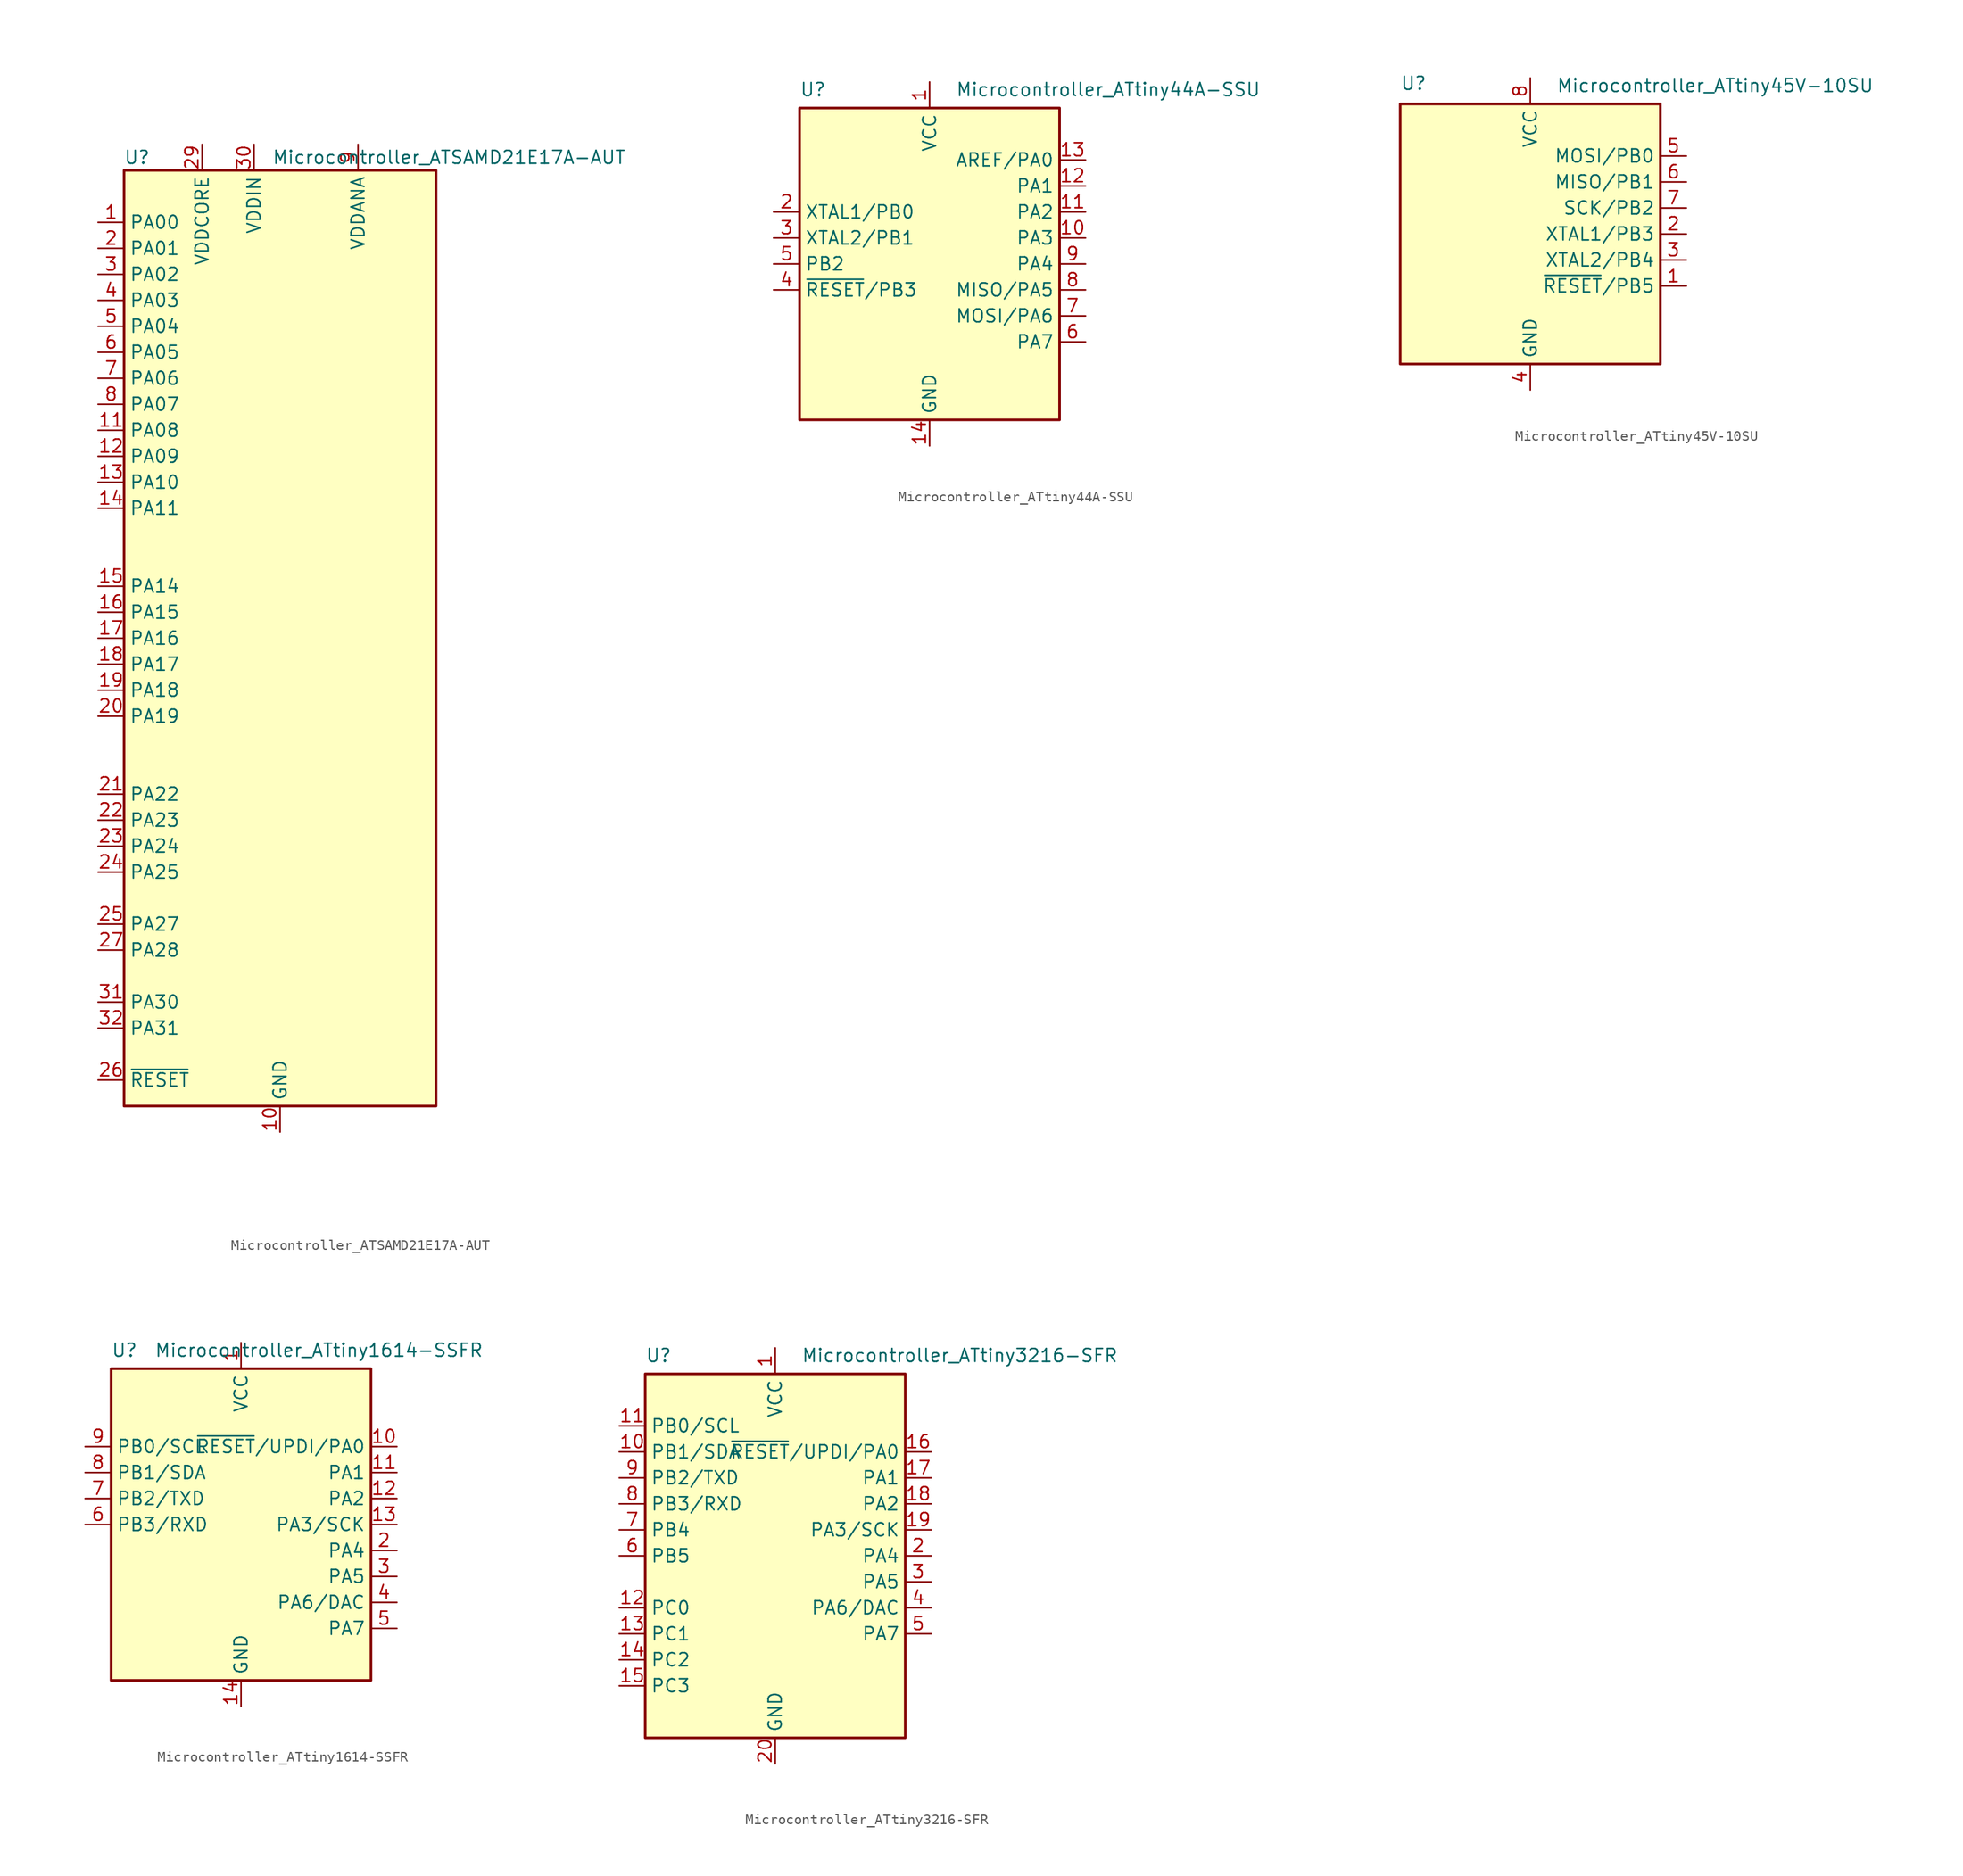
<source format=kicad_sym>
(kicad_symbol_lib
  (version 20211014)
  (generator kicad_symbol_editor)
  (symbol "Microcontroller_ATSAMD21E17A-AUT"
    (property "Reference" "U"
      (at -13.97 46.99 0)
      (effects (font (size 1.27 1.27))))
    (property "Value" "Microcontroller_ATSAMD21E17A-AUT"
      (at 16.51 46.99 0)
      (effects (font (size 1.27 1.27))))
    (symbol "Microcontroller_ATSAMD21E17A-AUT_1_1"
      (rectangle (start -15.24 45.72) (end 15.24 -45.72) (stroke (width 0.254) (type default) (color 0 0 0 0)) (fill (type background)))
      (pin bidirectional line (at -17.78 40.64 0) (length 2.54) (name "PA00" (effects (font (size 1.27 1.27)))) (number "1" (effects (font (size 1.27 1.27)))))
      (pin power_in line (at 0 -48.26 90) (length 2.54) (name "GND" (effects (font (size 1.27 1.27)))) (number "10" (effects (font (size 1.27 1.27)))))
      (pin bidirectional line (at -17.78 20.32 0) (length 2.54) (name "PA08" (effects (font (size 1.27 1.27)))) (number "11" (effects (font (size 1.27 1.27)))))
      (pin bidirectional line (at -17.78 17.78 0) (length 2.54) (name "PA09" (effects (font (size 1.27 1.27)))) (number "12" (effects (font (size 1.27 1.27)))))
      (pin bidirectional line (at -17.78 15.24 0) (length 2.54) (name "PA10" (effects (font (size 1.27 1.27)))) (number "13" (effects (font (size 1.27 1.27)))))
      (pin bidirectional line (at -17.78 12.7 0) (length 2.54) (name "PA11" (effects (font (size 1.27 1.27)))) (number "14" (effects (font (size 1.27 1.27)))))
      (pin bidirectional line (at -17.78 5.08 0) (length 2.54) (name "PA14" (effects (font (size 1.27 1.27)))) (number "15" (effects (font (size 1.27 1.27)))))
      (pin bidirectional line (at -17.78 2.54 0) (length 2.54) (name "PA15" (effects (font (size 1.27 1.27)))) (number "16" (effects (font (size 1.27 1.27)))))
      (pin bidirectional line (at -17.78 0 0) (length 2.54) (name "PA16" (effects (font (size 1.27 1.27)))) (number "17" (effects (font (size 1.27 1.27)))))
      (pin bidirectional line (at -17.78 -2.54 0) (length 2.54) (name "PA17" (effects (font (size 1.27 1.27)))) (number "18" (effects (font (size 1.27 1.27)))))
      (pin bidirectional line (at -17.78 -5.08 0) (length 2.54) (name "PA18" (effects (font (size 1.27 1.27)))) (number "19" (effects (font (size 1.27 1.27)))))
      (pin bidirectional line (at -17.78 38.1 0) (length 2.54) (name "PA01" (effects (font (size 1.27 1.27)))) (number "2" (effects (font (size 1.27 1.27)))))
      (pin bidirectional line (at -17.78 -7.62 0) (length 2.54) (name "PA19" (effects (font (size 1.27 1.27)))) (number "20" (effects (font (size 1.27 1.27)))))
      (pin bidirectional line (at -17.78 -15.24 0) (length 2.54) (name "PA22" (effects (font (size 1.27 1.27)))) (number "21" (effects (font (size 1.27 1.27)))))
      (pin bidirectional line (at -17.78 -17.78 0) (length 2.54) (name "PA23" (effects (font (size 1.27 1.27)))) (number "22" (effects (font (size 1.27 1.27)))))
      (pin bidirectional line (at -17.78 -20.32 0) (length 2.54) (name "PA24" (effects (font (size 1.27 1.27)))) (number "23" (effects (font (size 1.27 1.27)))))
      (pin bidirectional line (at -17.78 -22.86 0) (length 2.54) (name "PA25" (effects (font (size 1.27 1.27)))) (number "24" (effects (font (size 1.27 1.27)))))
      (pin bidirectional line (at -17.78 -27.94 0) (length 2.54) (name "PA27" (effects (font (size 1.27 1.27)))) (number "25" (effects (font (size 1.27 1.27)))))
      (pin input line (at -17.78 -43.18 0) (length 2.54) (name "~{RESET}" (effects (font (size 1.27 1.27)))) (number "26" (effects (font (size 1.27 1.27)))))
      (pin bidirectional line (at -17.78 -30.48 0) (length 2.54) (name "PA28" (effects (font (size 1.27 1.27)))) (number "27" (effects (font (size 1.27 1.27)))))
      (pin passive line (at 0 -48.26 90) (length 2.54) hide (name "GND" (effects (font (size 1.27 1.27)))) (number "28" (effects (font (size 1.27 1.27)))))
      (pin power_out line (at -7.62 48.26 270) (length 2.54) (name "VDDCORE" (effects (font (size 1.27 1.27)))) (number "29" (effects (font (size 1.27 1.27)))))
      (pin bidirectional line (at -17.78 35.56 0) (length 2.54) (name "PA02" (effects (font (size 1.27 1.27)))) (number "3" (effects (font (size 1.27 1.27)))))
      (pin power_in line (at -2.54 48.26 270) (length 2.54) (name "VDDIN" (effects (font (size 1.27 1.27)))) (number "30" (effects (font (size 1.27 1.27)))))
      (pin bidirectional line (at -17.78 -35.56 0) (length 2.54) (name "PA30" (effects (font (size 1.27 1.27)))) (number "31" (effects (font (size 1.27 1.27)))))
      (pin bidirectional line (at -17.78 -38.1 0) (length 2.54) (name "PA31" (effects (font (size 1.27 1.27)))) (number "32" (effects (font (size 1.27 1.27)))))
      (pin bidirectional line (at -17.78 33.02 0) (length 2.54) (name "PA03" (effects (font (size 1.27 1.27)))) (number "4" (effects (font (size 1.27 1.27)))))
      (pin bidirectional line (at -17.78 30.48 0) (length 2.54) (name "PA04" (effects (font (size 1.27 1.27)))) (number "5" (effects (font (size 1.27 1.27)))))
      (pin bidirectional line (at -17.78 27.94 0) (length 2.54) (name "PA05" (effects (font (size 1.27 1.27)))) (number "6" (effects (font (size 1.27 1.27)))))
      (pin bidirectional line (at -17.78 25.4 0) (length 2.54) (name "PA06" (effects (font (size 1.27 1.27)))) (number "7" (effects (font (size 1.27 1.27)))))
      (pin bidirectional line (at -17.78 22.86 0) (length 2.54) (name "PA07" (effects (font (size 1.27 1.27)))) (number "8" (effects (font (size 1.27 1.27)))))
      (pin power_in line (at 7.62 48.26 270) (length 2.54) (name "VDDANA" (effects (font (size 1.27 1.27)))) (number "9" (effects (font (size 1.27 1.27)))))))
  (symbol "Microcontroller_ATtiny44A-SSU"
    (property "Reference" "U"
      (at -12.7 17.78 0)
      (effects (font (size 1.27 1.27)) (justify left top)))
    (property "Value" "Microcontroller_ATtiny44A-SSU"
      (at 2.54 17.78 0)
      (effects (font (size 1.27 1.27)) (justify left top)))
    (symbol "Microcontroller_ATtiny44A-SSU_0_1"
      (rectangle (start -12.7 -15.24) (end 12.7 15.24) (stroke (width 0.254) (type default) (color 0 0 0 0)) (fill (type background))))
    (symbol "Microcontroller_ATtiny44A-SSU_1_1"
      (pin power_in line (at 0 17.78 270) (length 2.54) (name "VCC" (effects (font (size 1.27 1.27)))) (number "1" (effects (font (size 1.27 1.27)))))
      (pin bidirectional line (at 15.24 2.54 180) (length 2.54) (name "PA3" (effects (font (size 1.27 1.27)))) (number "10" (effects (font (size 1.27 1.27)))))
      (pin bidirectional line (at 15.24 5.08 180) (length 2.54) (name "PA2" (effects (font (size 1.27 1.27)))) (number "11" (effects (font (size 1.27 1.27)))))
      (pin bidirectional line (at 15.24 7.62 180) (length 2.54) (name "PA1" (effects (font (size 1.27 1.27)))) (number "12" (effects (font (size 1.27 1.27)))))
      (pin bidirectional line (at 15.24 10.16 180) (length 2.54) (name "AREF/PA0" (effects (font (size 1.27 1.27)))) (number "13" (effects (font (size 1.27 1.27)))))
      (pin power_in line (at 0 -17.78 90) (length 2.54) (name "GND" (effects (font (size 1.27 1.27)))) (number "14" (effects (font (size 1.27 1.27)))))
      (pin bidirectional line (at -15.24 5.08 0) (length 2.54) (name "XTAL1/PB0" (effects (font (size 1.27 1.27)))) (number "2" (effects (font (size 1.27 1.27)))))
      (pin bidirectional line (at -15.24 2.54 0) (length 2.54) (name "XTAL2/PB1" (effects (font (size 1.27 1.27)))) (number "3" (effects (font (size 1.27 1.27)))))
      (pin bidirectional line (at -15.24 -2.54 0) (length 2.54) (name "~{RESET}/PB3" (effects (font (size 1.27 1.27)))) (number "4" (effects (font (size 1.27 1.27)))))
      (pin bidirectional line (at -15.24 0 0) (length 2.54) (name "PB2" (effects (font (size 1.27 1.27)))) (number "5" (effects (font (size 1.27 1.27)))))
      (pin bidirectional line (at 15.24 -7.62 180) (length 2.54) (name "PA7" (effects (font (size 1.27 1.27)))) (number "6" (effects (font (size 1.27 1.27)))))
      (pin bidirectional line (at 15.24 -5.08 180) (length 2.54) (name "MOSI/PA6" (effects (font (size 1.27 1.27)))) (number "7" (effects (font (size 1.27 1.27)))))
      (pin bidirectional line (at 15.24 -2.54 180) (length 2.54) (name "MISO/PA5" (effects (font (size 1.27 1.27)))) (number "8" (effects (font (size 1.27 1.27)))))
      (pin bidirectional line (at 15.24 0 180) (length 2.54) (name "PA4" (effects (font (size 1.27 1.27)))) (number "9" (effects (font (size 1.27 1.27)))))))
  (symbol "Microcontroller_ATtiny45V-10SU"
    (property "Reference" "U"
      (at -12.7 13.97 0)
      (effects (font (size 1.27 1.27)) (justify left bottom)))
    (property "Value" "Microcontroller_ATtiny45V-10SU"
      (at 2.54 15.24 0)
      (effects (font (size 1.27 1.27)) (justify left top)))
    (symbol "Microcontroller_ATtiny45V-10SU_0_1"
      (rectangle (start -12.7 -12.7) (end 12.7 12.7) (stroke (width 0.254) (type default) (color 0 0 0 0)) (fill (type background))))
    (symbol "Microcontroller_ATtiny45V-10SU_1_1"
      (pin bidirectional line (at 15.24 -5.08 180) (length 2.54) (name "~{RESET}/PB5" (effects (font (size 1.27 1.27)))) (number "1" (effects (font (size 1.27 1.27)))))
      (pin bidirectional line (at 15.24 0 180) (length 2.54) (name "XTAL1/PB3" (effects (font (size 1.27 1.27)))) (number "2" (effects (font (size 1.27 1.27)))))
      (pin bidirectional line (at 15.24 -2.54 180) (length 2.54) (name "XTAL2/PB4" (effects (font (size 1.27 1.27)))) (number "3" (effects (font (size 1.27 1.27)))))
      (pin power_in line (at 0 -15.24 90) (length 2.54) (name "GND" (effects (font (size 1.27 1.27)))) (number "4" (effects (font (size 1.27 1.27)))))
      (pin bidirectional line (at 15.24 7.62 180) (length 2.54) (name "MOSI/PB0" (effects (font (size 1.27 1.27)))) (number "5" (effects (font (size 1.27 1.27)))))
      (pin bidirectional line (at 15.24 5.08 180) (length 2.54) (name "MISO/PB1" (effects (font (size 1.27 1.27)))) (number "6" (effects (font (size 1.27 1.27)))))
      (pin bidirectional line (at 15.24 2.54 180) (length 2.54) (name "SCK/PB2" (effects (font (size 1.27 1.27)))) (number "7" (effects (font (size 1.27 1.27)))))
      (pin power_in line (at 0 15.24 270) (length 2.54) (name "VCC" (effects (font (size 1.27 1.27)))) (number "8" (effects (font (size 1.27 1.27)))))))
  (symbol "Microcontroller_ATtiny1614-SSFR"
    (property "Reference" "U"
      (at -12.7 17.78 0)
      (effects (font (size 1.27 1.27)) (justify left top)))
    (property "Value" "Microcontroller_ATtiny1614-SSFR"
      (at 7.62 17.78 0)
      (effects (font (size 1.27 1.27)) (justify top)))
    (symbol "Microcontroller_ATtiny1614-SSFR_0_1"
      (rectangle (start -12.7 -15.24) (end 12.7 15.24) (stroke (width 0.254) (type default) (color 0 0 0 0)) (fill (type background))))
    (symbol "Microcontroller_ATtiny1614-SSFR_1_1"
      (pin power_in line (at 0 17.78 270) (length 2.54) (name "VCC" (effects (font (size 1.27 1.27)))) (number "1" (effects (font (size 1.27 1.27)))))
      (pin bidirectional line (at 15.24 7.62 180) (length 2.54) (name "~{RESET}/UPDI/PA0" (effects (font (size 1.27 1.27)))) (number "10" (effects (font (size 1.27 1.27)))))
      (pin bidirectional line (at 15.24 5.08 180) (length 2.54) (name "PA1" (effects (font (size 1.27 1.27)))) (number "11" (effects (font (size 1.27 1.27)))))
      (pin bidirectional line (at 15.24 2.54 180) (length 2.54) (name "PA2" (effects (font (size 1.27 1.27)))) (number "12" (effects (font (size 1.27 1.27)))))
      (pin bidirectional line (at 15.24 0 180) (length 2.54) (name "PA3/SCK" (effects (font (size 1.27 1.27)))) (number "13" (effects (font (size 1.27 1.27)))))
      (pin power_in line (at 0 -17.78 90) (length 2.54) (name "GND" (effects (font (size 1.27 1.27)))) (number "14" (effects (font (size 1.27 1.27)))))
      (pin bidirectional line (at 15.24 -2.54 180) (length 2.54) (name "PA4" (effects (font (size 1.27 1.27)))) (number "2" (effects (font (size 1.27 1.27)))))
      (pin bidirectional line (at 15.24 -5.08 180) (length 2.54) (name "PA5" (effects (font (size 1.27 1.27)))) (number "3" (effects (font (size 1.27 1.27)))))
      (pin bidirectional line (at 15.24 -7.62 180) (length 2.54) (name "PA6/DAC" (effects (font (size 1.27 1.27)))) (number "4" (effects (font (size 1.27 1.27)))))
      (pin bidirectional line (at 15.24 -10.16 180) (length 2.54) (name "PA7" (effects (font (size 1.27 1.27)))) (number "5" (effects (font (size 1.27 1.27)))))
      (pin bidirectional line (at -15.24 0 0) (length 2.54) (name "PB3/RXD" (effects (font (size 1.27 1.27)))) (number "6" (effects (font (size 1.27 1.27)))))
      (pin bidirectional line (at -15.24 2.54 0) (length 2.54) (name "PB2/TXD" (effects (font (size 1.27 1.27)))) (number "7" (effects (font (size 1.27 1.27)))))
      (pin bidirectional line (at -15.24 5.08 0) (length 2.54) (name "PB1/SDA" (effects (font (size 1.27 1.27)))) (number "8" (effects (font (size 1.27 1.27)))))
      (pin bidirectional line (at -15.24 7.62 0) (length 2.54) (name "PB0/SCL" (effects (font (size 1.27 1.27)))) (number "9" (effects (font (size 1.27 1.27)))))))
  (symbol "Microcontroller_ATtiny3216-SFR"
    (property "Reference" "U"
      (at -12.7 20.32 0)
      (effects (font (size 1.27 1.27)) (justify left top)))
    (property "Value" "Microcontroller_ATtiny3216-SFR"
      (at 2.54 20.32 0)
      (effects (font (size 1.27 1.27)) (justify left top)))
    (symbol "Microcontroller_ATtiny3216-SFR_0_1"
      (rectangle (start -12.7 -17.78) (end 12.7 17.78) (stroke (width 0.254) (type default) (color 0 0 0 0)) (fill (type background))))
    (symbol "Microcontroller_ATtiny3216-SFR_1_1"
      (pin power_in line (at 0 20.32 270) (length 2.54) (name "VCC" (effects (font (size 1.27 1.27)))) (number "1" (effects (font (size 1.27 1.27)))))
      (pin bidirectional line (at -15.24 10.16 0) (length 2.54) (name "PB1/SDA" (effects (font (size 1.27 1.27)))) (number "10" (effects (font (size 1.27 1.27)))))
      (pin bidirectional line (at -15.24 12.7 0) (length 2.54) (name "PB0/SCL" (effects (font (size 1.27 1.27)))) (number "11" (effects (font (size 1.27 1.27)))))
      (pin bidirectional line (at -15.24 -5.08 0) (length 2.54) (name "PC0" (effects (font (size 1.27 1.27)))) (number "12" (effects (font (size 1.27 1.27)))))
      (pin bidirectional line (at -15.24 -7.62 0) (length 2.54) (name "PC1" (effects (font (size 1.27 1.27)))) (number "13" (effects (font (size 1.27 1.27)))))
      (pin bidirectional line (at -15.24 -10.16 0) (length 2.54) (name "PC2" (effects (font (size 1.27 1.27)))) (number "14" (effects (font (size 1.27 1.27)))))
      (pin bidirectional line (at -15.24 -12.7 0) (length 2.54) (name "PC3" (effects (font (size 1.27 1.27)))) (number "15" (effects (font (size 1.27 1.27)))))
      (pin bidirectional line (at 15.24 10.16 180) (length 2.54) (name "~{RESET}/UPDI/PA0" (effects (font (size 1.27 1.27)))) (number "16" (effects (font (size 1.27 1.27)))))
      (pin bidirectional line (at 15.24 7.62 180) (length 2.54) (name "PA1" (effects (font (size 1.27 1.27)))) (number "17" (effects (font (size 1.27 1.27)))))
      (pin bidirectional line (at 15.24 5.08 180) (length 2.54) (name "PA2" (effects (font (size 1.27 1.27)))) (number "18" (effects (font (size 1.27 1.27)))))
      (pin bidirectional line (at 15.24 2.54 180) (length 2.54) (name "PA3/SCK" (effects (font (size 1.27 1.27)))) (number "19" (effects (font (size 1.27 1.27)))))
      (pin bidirectional line (at 15.24 0 180) (length 2.54) (name "PA4" (effects (font (size 1.27 1.27)))) (number "2" (effects (font (size 1.27 1.27)))))
      (pin power_in line (at 0 -20.32 90) (length 2.54) (name "GND" (effects (font (size 1.27 1.27)))) (number "20" (effects (font (size 1.27 1.27)))))
      (pin bidirectional line (at 15.24 -2.54 180) (length 2.54) (name "PA5" (effects (font (size 1.27 1.27)))) (number "3" (effects (font (size 1.27 1.27)))))
      (pin bidirectional line (at 15.24 -5.08 180) (length 2.54) (name "PA6/DAC" (effects (font (size 1.27 1.27)))) (number "4" (effects (font (size 1.27 1.27)))))
      (pin bidirectional line (at 15.24 -7.62 180) (length 2.54) (name "PA7" (effects (font (size 1.27 1.27)))) (number "5" (effects (font (size 1.27 1.27)))))
      (pin bidirectional line (at -15.24 0 0) (length 2.54) (name "PB5" (effects (font (size 1.27 1.27)))) (number "6" (effects (font (size 1.27 1.27)))))
      (pin bidirectional line (at -15.24 2.54 0) (length 2.54) (name "PB4" (effects (font (size 1.27 1.27)))) (number "7" (effects (font (size 1.27 1.27)))))
      (pin bidirectional line (at -15.24 5.08 0) (length 2.54) (name "PB3/RXD" (effects (font (size 1.27 1.27)))) (number "8" (effects (font (size 1.27 1.27)))))
      (pin bidirectional line (at -15.24 7.62 0) (length 2.54) (name "PB2/TXD" (effects (font (size 1.27 1.27)))) (number "9" (effects (font (size 1.27 1.27))))))))
</source>
